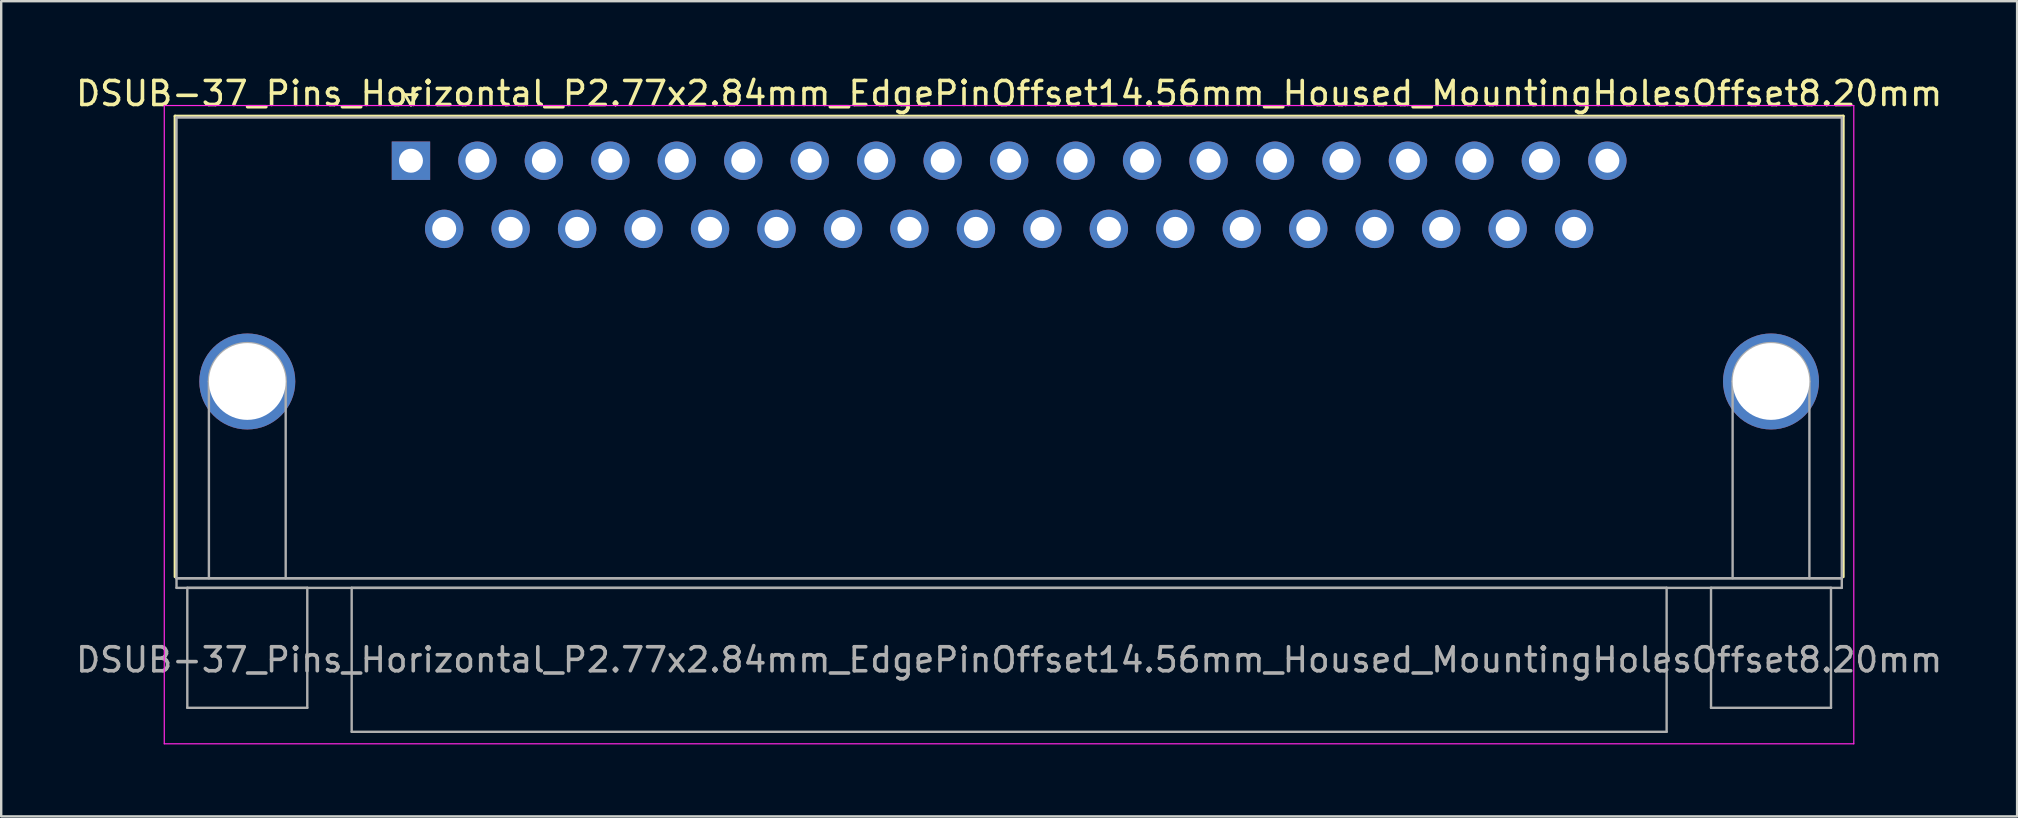
<source format=kicad_pcb>
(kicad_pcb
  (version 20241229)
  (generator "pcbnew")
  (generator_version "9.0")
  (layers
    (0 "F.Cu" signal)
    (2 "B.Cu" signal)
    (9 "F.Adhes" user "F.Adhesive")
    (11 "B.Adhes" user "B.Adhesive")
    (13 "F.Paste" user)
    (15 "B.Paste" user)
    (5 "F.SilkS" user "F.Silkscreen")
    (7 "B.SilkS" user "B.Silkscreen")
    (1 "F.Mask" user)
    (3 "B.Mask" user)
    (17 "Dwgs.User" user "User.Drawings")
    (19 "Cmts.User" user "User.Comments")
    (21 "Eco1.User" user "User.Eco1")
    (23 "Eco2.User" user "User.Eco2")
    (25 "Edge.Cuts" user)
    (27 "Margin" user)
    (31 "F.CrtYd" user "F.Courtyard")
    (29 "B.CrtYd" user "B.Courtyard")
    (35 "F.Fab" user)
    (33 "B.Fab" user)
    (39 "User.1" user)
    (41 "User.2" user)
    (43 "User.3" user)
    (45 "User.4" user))
  (footprint "DSUB-37_Pins_Horizontal_P2.77x2.84mm_EdgePinOffset14.56mm_Housed_MountingHolesOffset8.20mm"
    (layer "F.Cu")
    (at 14.076 3.648)
    (property "Reference" "DSUB-37_Pins_Horizontal_P2.77x2.84mm_EdgePinOffset14.56mm_Housed_MountingHolesOffset8.20mm" (at 24.93 -2.8 0) (layer "F.SilkS") (effects (font (size 1 1) (thickness 0.15))))
    (attr through_hole)
    (fp_line (start -9.83 -1.86) (end 59.69 -1.86) (stroke (width 0.12) (type solid)) (layer "F.SilkS"))
    (fp_line (start -9.83 17.34) (end -9.83 -1.86) (stroke (width 0.12) (type solid)) (layer "F.SilkS"))
    (fp_line (start -0.25 -2.754) (end 0.25 -2.754) (stroke (width 0.12) (type solid)) (layer "F.SilkS"))
    (fp_line (start 0 -2.321) (end -0.25 -2.754) (stroke (width 0.12) (type solid)) (layer "F.SilkS"))
    (fp_line (start 0.25 -2.754) (end 0 -2.321) (stroke (width 0.12) (type solid)) (layer "F.SilkS"))
    (fp_line (start 59.69 -1.86) (end 59.69 17.34) (stroke (width 0.12) (type solid)) (layer "F.SilkS"))
    (fp_line (start -10.28 -2.3) (end -10.28 24.3) (stroke (width 0.05) (type solid)) (layer "F.CrtYd"))
    (fp_line (start -10.28 24.3) (end 60.13 24.3) (stroke (width 0.05) (type solid)) (layer "F.CrtYd"))
    (fp_line (start 60.13 -2.3) (end -10.28 -2.3) (stroke (width 0.05) (type solid)) (layer "F.CrtYd"))
    (fp_line (start 60.13 24.3) (end 60.13 -2.3) (stroke (width 0.05) (type solid)) (layer "F.CrtYd"))
    (fp_line (start -9.77 -1.8) (end -9.77 17.4) (stroke (width 0.1) (type solid)) (layer "F.Fab"))
    (fp_line (start -9.77 17.4) (end -9.77 17.8) (stroke (width 0.1) (type solid)) (layer "F.Fab"))
    (fp_line (start -9.77 17.4) (end 59.63 17.4) (stroke (width 0.1) (type solid)) (layer "F.Fab"))
    (fp_line (start -9.77 17.8) (end 59.63 17.8) (stroke (width 0.1) (type solid)) (layer "F.Fab"))
    (fp_line (start -9.32 17.8) (end -9.32 22.8) (stroke (width 0.1) (type solid)) (layer "F.Fab"))
    (fp_line (start -9.32 22.8) (end -4.32 22.8) (stroke (width 0.1) (type solid)) (layer "F.Fab"))
    (fp_line (start -8.42 17.4) (end -8.42 9.2) (stroke (width 0.1) (type solid)) (layer "F.Fab"))
    (fp_line (start -5.22 17.4) (end -5.22 9.2) (stroke (width 0.1) (type solid)) (layer "F.Fab"))
    (fp_line (start -4.32 17.8) (end -9.32 17.8) (stroke (width 0.1) (type solid)) (layer "F.Fab"))
    (fp_line (start -4.32 22.8) (end -4.32 17.8) (stroke (width 0.1) (type solid)) (layer "F.Fab"))
    (fp_line (start -2.47 17.8) (end -2.47 23.8) (stroke (width 0.1) (type solid)) (layer "F.Fab"))
    (fp_line (start -2.47 23.8) (end 52.33 23.8) (stroke (width 0.1) (type solid)) (layer "F.Fab"))
    (fp_line (start 52.33 17.8) (end -2.47 17.8) (stroke (width 0.1) (type solid)) (layer "F.Fab"))
    (fp_line (start 52.33 23.8) (end 52.33 17.8) (stroke (width 0.1) (type solid)) (layer "F.Fab"))
    (fp_line (start 54.18 17.8) (end 54.18 22.8) (stroke (width 0.1) (type solid)) (layer "F.Fab"))
    (fp_line (start 54.18 22.8) (end 59.18 22.8) (stroke (width 0.1) (type solid)) (layer "F.Fab"))
    (fp_line (start 55.08 17.4) (end 55.08 9.2) (stroke (width 0.1) (type solid)) (layer "F.Fab"))
    (fp_line (start 58.28 17.4) (end 58.28 9.2) (stroke (width 0.1) (type solid)) (layer "F.Fab"))
    (fp_line (start 59.18 17.8) (end 54.18 17.8) (stroke (width 0.1) (type solid)) (layer "F.Fab"))
    (fp_line (start 59.18 22.8) (end 59.18 17.8) (stroke (width 0.1) (type solid)) (layer "F.Fab"))
    (fp_line (start 59.63 -1.8) (end -9.77 -1.8) (stroke (width 0.1) (type solid)) (layer "F.Fab"))
    (fp_line (start 59.63 17.4) (end -9.77 17.4) (stroke (width 0.1) (type solid)) (layer "F.Fab"))
    (fp_line (start 59.63 17.4) (end 59.63 -1.8) (stroke (width 0.1) (type solid)) (layer "F.Fab"))
    (fp_line (start 59.63 17.8) (end 59.63 17.4) (stroke (width 0.1) (type solid)) (layer "F.Fab"))
    (fp_arc (start -8.42 9.2) (mid -6.82 7.6) (end -5.22 9.2) (stroke (width 0.1) (type solid)) (layer "F.Fab"))
    (fp_arc (start 55.08 9.2) (mid 56.68 7.6) (end 58.28 9.2) (stroke (width 0.1) (type solid)) (layer "F.Fab"))
    (fp_text user "${REFERENCE}" (at 24.93 20.8 0) (layer "F.Fab") (effects (font (size 1 1) (thickness 0.15))))
    (pad "0" thru_hole circle (at -6.82 9.2) (size 4 4) (drill 3.2) (layers "*.Cu" "*.Mask"))
    (pad "0" thru_hole circle (at 56.68 9.2) (size 4 4) (drill 3.2) (layers "*.Cu" "*.Mask"))
    (pad "1" thru_hole rect (at 0 0) (size 1.6 1.6) (drill 1) (layers "*.Cu" "*.Mask"))
    (pad "2" thru_hole circle (at 2.77 0) (size 1.6 1.6) (drill 1) (layers "*.Cu" "*.Mask"))
    (pad "3" thru_hole circle (at 5.54 0) (size 1.6 1.6) (drill 1) (layers "*.Cu" "*.Mask"))
    (pad "4" thru_hole circle (at 8.31 0) (size 1.6 1.6) (drill 1) (layers "*.Cu" "*.Mask"))
    (pad "5" thru_hole circle (at 11.08 0) (size 1.6 1.6) (drill 1) (layers "*.Cu" "*.Mask"))
    (pad "6" thru_hole circle (at 13.85 0) (size 1.6 1.6) (drill 1) (layers "*.Cu" "*.Mask"))
    (pad "7" thru_hole circle (at 16.62 0) (size 1.6 1.6) (drill 1) (layers "*.Cu" "*.Mask"))
    (pad "8" thru_hole circle (at 19.39 0) (size 1.6 1.6) (drill 1) (layers "*.Cu" "*.Mask"))
    (pad "9" thru_hole circle (at 22.16 0) (size 1.6 1.6) (drill 1) (layers "*.Cu" "*.Mask"))
    (pad "10" thru_hole circle (at 24.93 0) (size 1.6 1.6) (drill 1) (layers "*.Cu" "*.Mask"))
    (pad "11" thru_hole circle (at 27.7 0) (size 1.6 1.6) (drill 1) (layers "*.Cu" "*.Mask"))
    (pad "12" thru_hole circle (at 30.47 0) (size 1.6 1.6) (drill 1) (layers "*.Cu" "*.Mask"))
    (pad "13" thru_hole circle (at 33.24 0) (size 1.6 1.6) (drill 1) (layers "*.Cu" "*.Mask"))
    (pad "14" thru_hole circle (at 36.01 0) (size 1.6 1.6) (drill 1) (layers "*.Cu" "*.Mask"))
    (pad "15" thru_hole circle (at 38.78 0) (size 1.6 1.6) (drill 1) (layers "*.Cu" "*.Mask"))
    (pad "16" thru_hole circle (at 41.55 0) (size 1.6 1.6) (drill 1) (layers "*.Cu" "*.Mask"))
    (pad "17" thru_hole circle (at 44.32 0) (size 1.6 1.6) (drill 1) (layers "*.Cu" "*.Mask"))
    (pad "18" thru_hole circle (at 47.09 0) (size 1.6 1.6) (drill 1) (layers "*.Cu" "*.Mask"))
    (pad "19" thru_hole circle (at 49.86 0) (size 1.6 1.6) (drill 1) (layers "*.Cu" "*.Mask"))
    (pad "20" thru_hole circle (at 1.385 2.84) (size 1.6 1.6) (drill 1) (layers "*.Cu" "*.Mask"))
    (pad "21" thru_hole circle (at 4.155 2.84) (size 1.6 1.6) (drill 1) (layers "*.Cu" "*.Mask"))
    (pad "22" thru_hole circle (at 6.925 2.84) (size 1.6 1.6) (drill 1) (layers "*.Cu" "*.Mask"))
    (pad "23" thru_hole circle (at 9.695 2.84) (size 1.6 1.6) (drill 1) (layers "*.Cu" "*.Mask"))
    (pad "24" thru_hole circle (at 12.465 2.84) (size 1.6 1.6) (drill 1) (layers "*.Cu" "*.Mask"))
    (pad "25" thru_hole circle (at 15.235 2.84) (size 1.6 1.6) (drill 1) (layers "*.Cu" "*.Mask"))
    (pad "26" thru_hole circle (at 18.005 2.84) (size 1.6 1.6) (drill 1) (layers "*.Cu" "*.Mask"))
    (pad "27" thru_hole circle (at 20.775 2.84) (size 1.6 1.6) (drill 1) (layers "*.Cu" "*.Mask"))
    (pad "28" thru_hole circle (at 23.545 2.84) (size 1.6 1.6) (drill 1) (layers "*.Cu" "*.Mask"))
    (pad "29" thru_hole circle (at 26.315 2.84) (size 1.6 1.6) (drill 1) (layers "*.Cu" "*.Mask"))
    (pad "30" thru_hole circle (at 29.085 2.84) (size 1.6 1.6) (drill 1) (layers "*.Cu" "*.Mask"))
    (pad "31" thru_hole circle (at 31.855 2.84) (size 1.6 1.6) (drill 1) (layers "*.Cu" "*.Mask"))
    (pad "32" thru_hole circle (at 34.625 2.84) (size 1.6 1.6) (drill 1) (layers "*.Cu" "*.Mask"))
    (pad "33" thru_hole circle (at 37.395 2.84) (size 1.6 1.6) (drill 1) (layers "*.Cu" "*.Mask"))
    (pad "34" thru_hole circle (at 40.165 2.84) (size 1.6 1.6) (drill 1) (layers "*.Cu" "*.Mask"))
    (pad "35" thru_hole circle (at 42.935 2.84) (size 1.6 1.6) (drill 1) (layers "*.Cu" "*.Mask"))
    (pad "36" thru_hole circle (at 45.705 2.84) (size 1.6 1.6) (drill 1) (layers "*.Cu" "*.Mask"))
    (pad "37" thru_hole circle (at 48.475 2.84) (size 1.6 1.6) (drill 1) (layers "*.Cu" "*.Mask")))
  (gr_rect
    (start -3 -3)
    (end 81.012 30.973)
    (stroke (width 0.1) (type default))
    (fill no)
    (layer "Edge.Cuts")))
</source>
